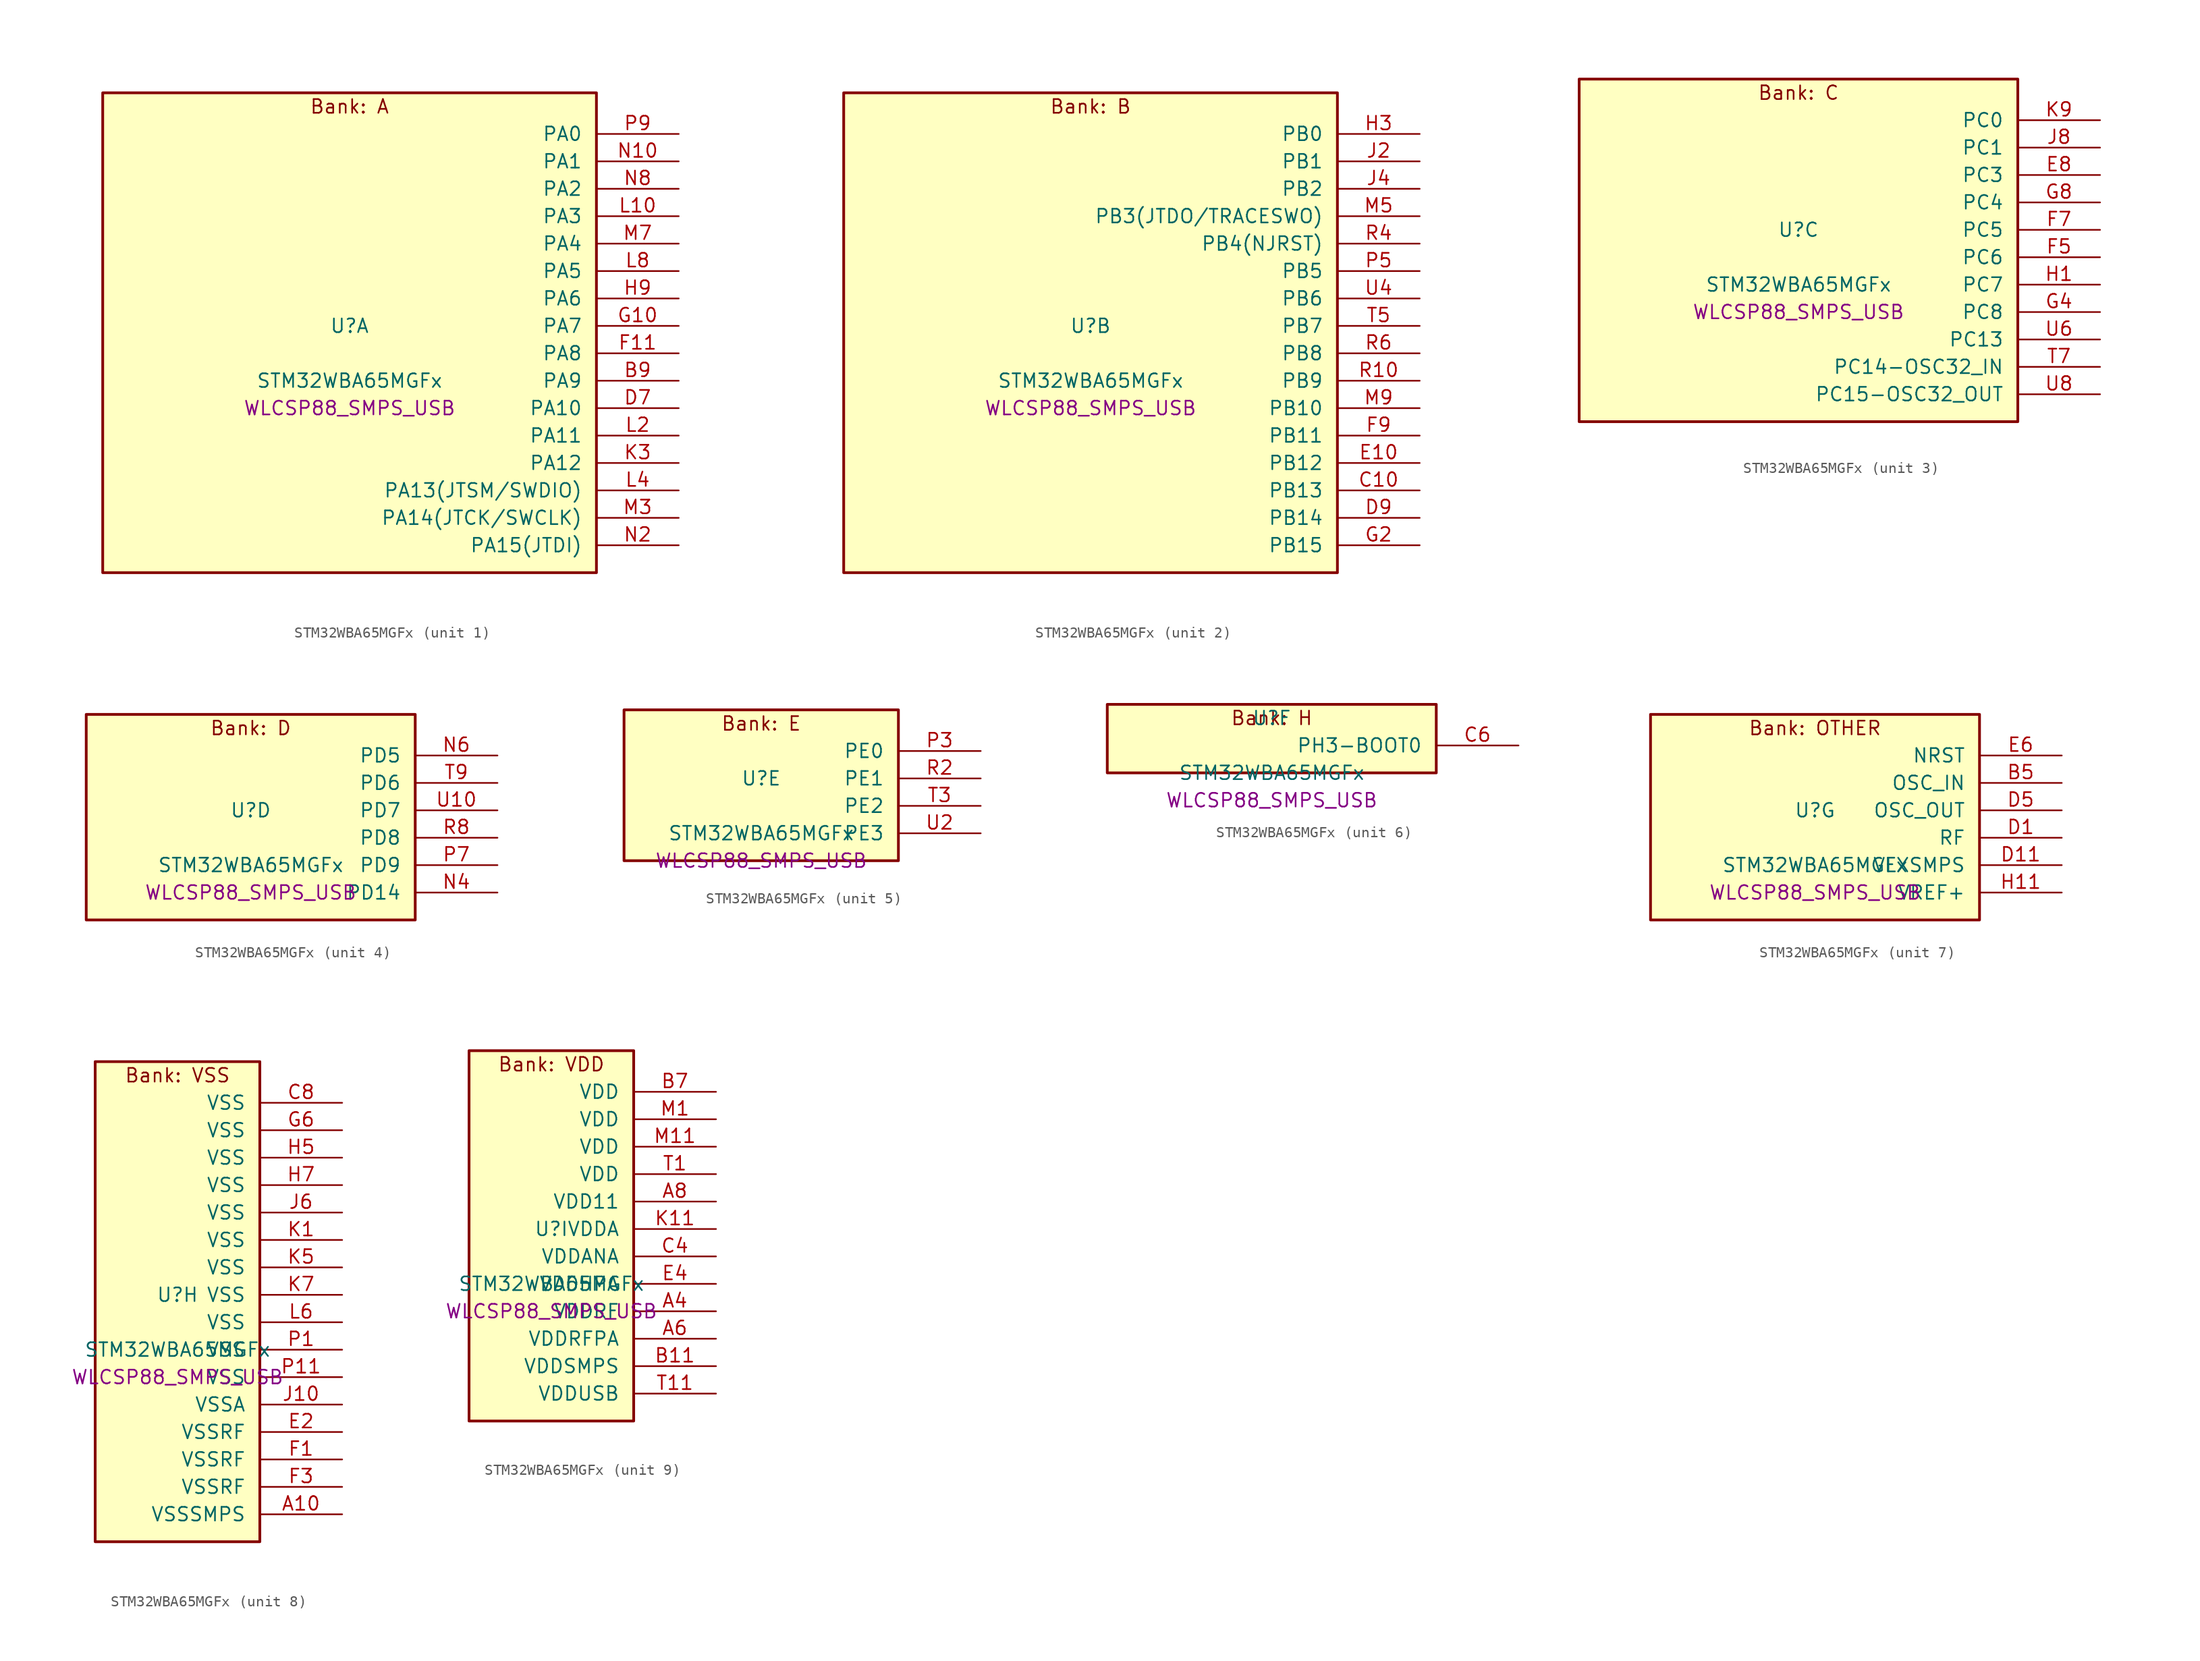
<source format=kicad_sym>
(kicad_symbol_lib
  (version 20241209)
  (generator "stm32_pkl_generator")
  (generator_version "1.0")
  (symbol "STM32WBA65MGFx"
    (pin_names
      (offset 1.27))
    (property "Reference" "U"
      (at 0 2.54 0))
    (property "Value" "STM32WBA65MGFx"
      (at 0 -2.54 0))
    (property "Footprint" "WLCSP88_SMPS_USB"
      (at 0 -5.08 0))
    (symbol "STM32WBA65MGFx_1_1"
      (rectangle (start -22.86 24.13) (end 22.86 -20.32) (stroke (width 0.254) (type solid)) (fill (type background)))
      (text "Bank: A" (at 0 22.86 0))
      (pin bidirectional line (at 30.48 20.32 180) (length 7.62) (name "PA0") (number "P9") (alternate "PA0/ADC4_IN9" bidirectional line) (alternate "PA0/COMP2_INP" bidirectional line) (alternate "PA0/LPTIM1_IN1" bidirectional line) (alternate "PA0/LPUART1_CTS" bidirectional line) (alternate "PA0/PWR_WKUP1" bidirectional line) (alternate "PA0/SPI3_SCK" bidirectional line) (alternate "PA0/TIM1_CH2N" bidirectional line) (alternate "PA0/TIM3_CH3" bidirectional line) (alternate "PA0/TIM3_ETR" bidirectional line) (alternate "PA0/TSC_G2_IO2" bidirectional line))
      (pin bidirectional line (at 30.48 17.78 180) (length 7.62) (name "PA1") (number "N10") (alternate "PA1/ADC4_IN8" bidirectional line) (alternate "PA1/COMP1_INM" bidirectional line) (alternate "PA1/LPTIM2_CH2" bidirectional line) (alternate "PA1/LPUART1_RX" bidirectional line) (alternate "PA1/PWR_WKUP3" bidirectional line) (alternate "PA1/SAI1_CK1" bidirectional line) (alternate "PA1/SPI1_RDY" bidirectional line) (alternate "PA1/SPI3_MISO" bidirectional line) (alternate "PA1/TIM17_CH1" bidirectional line) (alternate "PA1/TIM1_CH1N" bidirectional line) (alternate "PA1/TIM3_CH2" bidirectional line) (alternate "PA1/TSC_G2_IO1" bidirectional line) (alternate "PA1/USART1_CK" bidirectional line))
      (pin bidirectional line (at 30.48 15.24 180) (length 7.62) (name "PA2") (number "N8") (alternate "PA2/ADC4_IN7" bidirectional line) (alternate "PA2/COMP1_INP" bidirectional line) (alternate "PA2/LPUART1_TX" bidirectional line) (alternate "PA2/PWR_WKUP4" bidirectional line) (alternate "PA2/RCC_LSCO" bidirectional line) (alternate "PA2/SAI1_D1" bidirectional line) (alternate "PA2/TIM16_CH1" bidirectional line) (alternate "PA2/TIM1_BKIN" bidirectional line) (alternate "PA2/TIM3_CH1" bidirectional line) (alternate "PA2/TSC_G4_IO4" bidirectional line) (alternate "PA2/USART1_DE" bidirectional line) (alternate "PA2/USART1_RTS" bidirectional line))
      (pin bidirectional line (at 30.48 12.7 180) (length 7.62) (name "PA3") (number "L10") (alternate "PA3/ADC4_IN6" bidirectional line) (alternate "PA3/PWR_WKUP5" bidirectional line) (alternate "PA3/TIM16_CH1N" bidirectional line) (alternate "PA3/TSC_G4_IO2" bidirectional line) (alternate "PA3/USART1_DE" bidirectional line) (alternate "PA3/USART1_RTS" bidirectional line))
      (pin bidirectional line (at 30.48 10.16 180) (length 7.62) (name "PA4") (number "M7") (alternate "PA4/ADC4_IN5" bidirectional line) (alternate "PA4/AUDIOCLK" bidirectional line) (alternate "PA4/PWR_WKUP2" bidirectional line) (alternate "PA4/TAMP_IN6" bidirectional line) (alternate "PA4/TAMP_OUT3" bidirectional line) (alternate "PA4/TIM16_CH1" bidirectional line) (alternate "PA4/TSC_G4_IO1" bidirectional line) (alternate "PA4/USART1_CTS" bidirectional line))
      (pin bidirectional line (at 30.48 7.62 180) (length 7.62) (name "PA5") (number "L8") (alternate "PA5/ADC4_IN4" bidirectional line) (alternate "PA5/AUDIOCLK" bidirectional line) (alternate "PA5/LPTIM2_ETR" bidirectional line) (alternate "PA5/PWR_CSLEEP" bidirectional line) (alternate "PA5/PWR_WKUP6" bidirectional line) (alternate "PA5/SAI1_D2" bidirectional line) (alternate "PA5/SPI3_NSS" bidirectional line) (alternate "PA5/TIM2_CH1" bidirectional line) (alternate "PA5/TIM2_ETR" bidirectional line) (alternate "PA5/TSC_G1_IO4" bidirectional line) (alternate "PA5/USART1_CK" bidirectional line) (alternate "PA5/USART3_RX" bidirectional line))
      (pin bidirectional line (at 30.48 5.08 180) (length 7.62) (name "PA6") (number "H9") (alternate "PA6/ADC4_IN3" bidirectional line) (alternate "PA6/I2C3_SCL" bidirectional line) (alternate "PA6/PWR_CSTOP" bidirectional line) (alternate "PA6/PWR_WKUP7" bidirectional line) (alternate "PA6/SAI1_CK2" bidirectional line) (alternate "PA6/SAI1_MCLK_A" bidirectional line) (alternate "PA6/SPI3_RDY" bidirectional line) (alternate "PA6/TIM2_CH4" bidirectional line) (alternate "PA6/TSC_G1_IO3" bidirectional line) (alternate "PA6/USART1_DE" bidirectional line) (alternate "PA6/USART1_RTS" bidirectional line) (alternate "PA6/USART3_CTS" bidirectional line))
      (pin bidirectional line (at 30.48 2.54 180) (length 7.62) (name "PA7") (number "G10") (alternate "PA7/ADC4_IN2" bidirectional line) (alternate "PA7/COMP1_OUT" bidirectional line) (alternate "PA7/I2C3_SDA" bidirectional line) (alternate "PA7/PWR_WKUP8" bidirectional line) (alternate "PA7/SAI1_SCK_A" bidirectional line) (alternate "PA7/SPI3_SCK" bidirectional line) (alternate "PA7/TAMP_IN1" bidirectional line) (alternate "PA7/TAMP_OUT2" bidirectional line) (alternate "PA7/TIM2_CH3" bidirectional line) (alternate "PA7/TSC_G1_IO2" bidirectional line) (alternate "PA7/USART1_CTS" bidirectional line) (alternate "PA7/USART3_TX" bidirectional line))
      (pin bidirectional line (at 30.48 0 180) (length 7.62) (name "PA8") (number "F11") (alternate "PA8/ADC4_IN1" bidirectional line) (alternate "PA8/LPTIM1_CH2" bidirectional line) (alternate "PA8/RCC_MCO" bidirectional line) (alternate "PA8/SAI1_FS_A" bidirectional line) (alternate "PA8/SPI3_RDY" bidirectional line) (alternate "PA8/TIM2_CH2" bidirectional line) (alternate "PA8/TSC_G1_IO1" bidirectional line) (alternate "PA8/USART1_RX" bidirectional line) (alternate "PA8/USB_OTG_HS_SOF" bidirectional line))
      (pin bidirectional line (at 30.48 -2.54 180) (length 7.62) (name "PA9") (number "B9") (alternate "PA9/LPUART1_DE" bidirectional line) (alternate "PA9/LPUART1_RTS" bidirectional line) (alternate "PA9/SAI1_CK1" bidirectional line) (alternate "PA9/SPI2_MISO" bidirectional line) (alternate "PA9/SPI2_SCK" bidirectional line) (alternate "PA9/TIM3_CH2" bidirectional line))
      (pin bidirectional line (at 30.48 -5.08 180) (length 7.62) (name "PA10") (number "D7") (alternate "PA10/LPUART1_RX" bidirectional line) (alternate "PA10/SAI1_D1" bidirectional line) (alternate "PA10/SPI2_NSS" bidirectional line) (alternate "PA10/TIM3_CH1" bidirectional line))
      (pin bidirectional line (at 30.48 -7.62 180) (length 7.62) (name "PA11") (number "L2") (alternate "PA11/LPTIM2_CH1" bidirectional line) (alternate "PA11/RF_ANTSW1" bidirectional line) (alternate "PA11/TIM1_CH1" bidirectional line) (alternate "PA11/USART2_RX" bidirectional line))
      (pin bidirectional line (at 30.48 -10.16 180) (length 7.62) (name "PA12") (number "K3") (alternate "PA12/COMP2_OUT" bidirectional line) (alternate "PA12/PTA_STATUS" bidirectional line) (alternate "PA12/PWR_WKUP6" bidirectional line) (alternate "PA12/RF_ANTSW0" bidirectional line) (alternate "PA12/SPI1_NSS" bidirectional line) (alternate "PA12/TIM1_CH2" bidirectional line) (alternate "PA12/TSC_G3_IO4" bidirectional line) (alternate "PA12/USART2_TX" bidirectional line))
      (pin bidirectional line (at 30.48 -12.7 180) (length 7.62) (name "PA13(JTSM/SWDIO)") (number "L4") (alternate "PA13(JTSM/SWDIO)/DEBUG_JTMS-SWDIO" bidirectional line) (alternate "PA13(JTSM/SWDIO)/IR_OUT" bidirectional line) (alternate "PA13(JTSM/SWDIO)/PTA_PRIORITY" bidirectional line))
      (pin bidirectional line (at 30.48 -15.24 180) (length 7.62) (name "PA14(JTCK/SWCLK)") (number "M3") (alternate "PA14(JTCK/SWCLK)/COMP2_OUT" bidirectional line) (alternate "PA14(JTCK/SWCLK)/DEBUG_JTCK-SWCLK" bidirectional line) (alternate "PA14(JTCK/SWCLK)/I2C4_SMBA" bidirectional line) (alternate "PA14(JTCK/SWCLK)/PTA_STATUS" bidirectional line) (alternate "PA14(JTCK/SWCLK)/TAMP_IN3" bidirectional line) (alternate "PA14(JTCK/SWCLK)/TAMP_OUT6" bidirectional line) (alternate "PA14(JTCK/SWCLK)/USART2_TX" bidirectional line) (alternate "PA14(JTCK/SWCLK)/USB_OTG_HS_SOF" bidirectional line))
      (pin bidirectional line (at 30.48 -17.78 180) (length 7.62) (name "PA15(JTDI)") (number "N2") (alternate "PA15(JTDI)/ADC4_EXTI15" bidirectional line) (alternate "PA15(JTDI)/DEBUG_JTDI" bidirectional line) (alternate "PA15(JTDI)/I2C1_SCL" bidirectional line) (alternate "PA15(JTDI)/LPTIM1_CH2" bidirectional line) (alternate "PA15(JTDI)/PTA_STATUS" bidirectional line) (alternate "PA15(JTDI)/SPI1_MOSI" bidirectional line) (alternate "PA15(JTDI)/TIM17_BKIN" bidirectional line) (alternate "PA15(JTDI)/TIM1_ETR" bidirectional line) (alternate "PA15(JTDI)/TSC_G3_IO3" bidirectional line) (alternate "PA15(JTDI)/USART2_DE" bidirectional line) (alternate "PA15(JTDI)/USART2_RTS" bidirectional line) (alternate "PA15(JTDI)/USART3_DE" bidirectional line) (alternate "PA15(JTDI)/USART3_RTS" bidirectional line)))
    (symbol "STM32WBA65MGFx_2_1"
      (rectangle (start -22.86 24.13) (end 22.86 -20.32) (stroke (width 0.254) (type solid)) (fill (type background)))
      (text "Bank: B" (at 0 22.86 0))
      (pin bidirectional line (at 30.48 20.32 180) (length 7.62) (name "PB0") (number "H3") (alternate "PB0/LPTIM2_IN2" bidirectional line) (alternate "PB0/SPI2_MOSI" bidirectional line) (alternate "PB0/TIM1_CH3N" bidirectional line) (alternate "PB0/USART2_TX" bidirectional line) (alternate "PB0/USART3_CK" bidirectional line))
      (pin bidirectional line (at 30.48 17.78 180) (length 7.62) (name "PB1") (number "J2") (alternate "PB1/I2C1_SDA" bidirectional line) (alternate "PB1/I2C3_SDA" bidirectional line) (alternate "PB1/PWR_WKUP4" bidirectional line) (alternate "PB1/TIM1_CH2N" bidirectional line) (alternate "PB1/USART2_DE" bidirectional line) (alternate "PB1/USART2_RTS" bidirectional line) (alternate "PB1/USART3_DE" bidirectional line) (alternate "PB1/USART3_RTS" bidirectional line))
      (pin bidirectional line (at 30.48 15.24 180) (length 7.62) (name "PB2") (number "J4") (alternate "PB2/I2C1_SCL" bidirectional line) (alternate "PB2/I2C3_SCL" bidirectional line) (alternate "PB2/PWR_WKUP1" bidirectional line) (alternate "PB2/RF_ANTSW2" bidirectional line) (alternate "PB2/RTC_OUT2" bidirectional line) (alternate "PB2/TIM1_CH1N" bidirectional line) (alternate "PB2/USART2_CTS" bidirectional line))
      (pin bidirectional line (at 30.48 12.7 180) (length 7.62) (name "PB3(JTDO/TRACESWO)") (number "M5") (alternate "PB3(JTDO/TRACESWO)/DEBUG_JTDO-SWO" bidirectional line) (alternate "PB3(JTDO/TRACESWO)/I2C1_SDA" bidirectional line) (alternate "PB3(JTDO/TRACESWO)/LPTIM1_IN2" bidirectional line) (alternate "PB3(JTDO/TRACESWO)/PTA_ACTIVE" bidirectional line) (alternate "PB3(JTDO/TRACESWO)/SPI1_MISO" bidirectional line) (alternate "PB3(JTDO/TRACESWO)/TIM17_CH1N" bidirectional line) (alternate "PB3(JTDO/TRACESWO)/TIM1_CH4" bidirectional line) (alternate "PB3(JTDO/TRACESWO)/TSC_G3_IO2" bidirectional line) (alternate "PB3(JTDO/TRACESWO)/USART2_CK" bidirectional line))
      (pin bidirectional line (at 30.48 10.16 180) (length 7.62) (name "PB4(NJRST)") (number "R4") (alternate "PB4(NJRST)/DEBUG_NJTRST" bidirectional line) (alternate "PB4(NJRST)/LPTIM2_IN2" bidirectional line) (alternate "PB4(NJRST)/PTA_ACTIVE" bidirectional line) (alternate "PB4(NJRST)/PTA_PRIORITY" bidirectional line) (alternate "PB4(NJRST)/SAI1_MCLK_B" bidirectional line) (alternate "PB4(NJRST)/SPI1_SCK" bidirectional line) (alternate "PB4(NJRST)/TIM17_CH1" bidirectional line) (alternate "PB4(NJRST)/TIM1_CH3" bidirectional line) (alternate "PB4(NJRST)/TSC_G3_IO1" bidirectional line) (alternate "PB4(NJRST)/USART2_RX" bidirectional line))
      (pin bidirectional line (at 30.48 7.62 180) (length 7.62) (name "PB5") (number "P5") (alternate "PB5/LPUART1_TX" bidirectional line) (alternate "PB5/SAI1_D2" bidirectional line) (alternate "PB5/SAI1_FS_B" bidirectional line) (alternate "PB5/TIM3_CH1" bidirectional line) (alternate "PB5/TSC_G5_IO4" bidirectional line))
      (pin bidirectional line (at 30.48 5.08 180) (length 7.62) (name "PB6") (number "U4") (alternate "PB6/PWR_WKUP3" bidirectional line) (alternate "PB6/SAI1_SCK_B" bidirectional line) (alternate "PB6/TIM2_CH1" bidirectional line) (alternate "PB6/TIM2_ETR" bidirectional line) (alternate "PB6/TIM4_CH1" bidirectional line) (alternate "PB6/TSC_G5_IO3" bidirectional line))
      (pin bidirectional line (at 30.48 2.54 180) (length 7.62) (name "PB7") (number "T5") (alternate "PB7/PWR_WKUP5" bidirectional line) (alternate "PB7/SAI1_SD_B" bidirectional line) (alternate "PB7/TAMP_IN5" bidirectional line) (alternate "PB7/TAMP_OUT4" bidirectional line) (alternate "PB7/TIM1_CH4N" bidirectional line) (alternate "PB7/TIM4_CH2" bidirectional line) (alternate "PB7/TSC_G5_IO2" bidirectional line))
      (pin bidirectional line (at 30.48 0 180) (length 7.62) (name "PB8") (number "R6") (alternate "PB8/COMP1_OUT" bidirectional line) (alternate "PB8/LPTIM1_ETR" bidirectional line) (alternate "PB8/PWR_PVD_IN" bidirectional line) (alternate "PB8/SPI3_MOSI" bidirectional line) (alternate "PB8/TIM16_CH1N" bidirectional line) (alternate "PB8/TIM1_CH1" bidirectional line) (alternate "PB8/TIM3_ETR" bidirectional line) (alternate "PB8/TIM4_CH3" bidirectional line) (alternate "PB8/TSC_G2_IO4" bidirectional line) (alternate "PB8/USART2_RX" bidirectional line))
      (pin bidirectional line (at 30.48 -2.54 180) (length 7.62) (name "PB9") (number "R10") (alternate "PB9/ADC4_IN10" bidirectional line) (alternate "PB9/COMP2_INM" bidirectional line) (alternate "PB9/IR_OUT" bidirectional line) (alternate "PB9/LPTIM2_IN1" bidirectional line) (alternate "PB9/LPUART1_DE" bidirectional line) (alternate "PB9/LPUART1_RTS" bidirectional line) (alternate "PB9/PWR_WKUP8" bidirectional line) (alternate "PB9/SPI2_NSS" bidirectional line) (alternate "PB9/SPI3_MISO" bidirectional line) (alternate "PB9/TIM16_CH1" bidirectional line) (alternate "PB9/TIM1_CH3N" bidirectional line) (alternate "PB9/TIM3_CH4" bidirectional line) (alternate "PB9/TIM4_CH4" bidirectional line) (alternate "PB9/TSC_G2_IO3" bidirectional line))
      (pin bidirectional line (at 30.48 -5.08 180) (length 7.62) (name "PB10") (number "M9") (alternate "PB10/I2C2_SCL" bidirectional line) (alternate "PB10/I2C4_SCL" bidirectional line) (alternate "PB10/SPI2_SCK" bidirectional line) (alternate "PB10/TIM16_BKIN" bidirectional line) (alternate "PB10/TSC_G4_IO3" bidirectional line) (alternate "PB10/USART1_CK" bidirectional line) (alternate "PB10/USART3_TX" bidirectional line))
      (pin bidirectional line (at 30.48 -7.62 180) (length 7.62) (name "PB11") (number "F9") (alternate "PB11/I2C2_SDA" bidirectional line) (alternate "PB11/I2C4_SDA" bidirectional line) (alternate "PB11/LPTIM1_CH1" bidirectional line) (alternate "PB11/LPTIM1_ETR" bidirectional line) (alternate "PB11/LPUART1_TX" bidirectional line) (alternate "PB11/SPI2_RDY" bidirectional line) (alternate "PB11/USART3_RX" bidirectional line))
      (pin bidirectional line (at 30.48 -10.16 180) (length 7.62) (name "PB12") (number "E10") (alternate "PB12/I2C2_SMBA" bidirectional line) (alternate "PB12/SAI1_SD_A" bidirectional line) (alternate "PB12/SPI1_RDY" bidirectional line) (alternate "PB12/SPI2_NSS" bidirectional line) (alternate "PB12/TIM2_CH1" bidirectional line) (alternate "PB12/TIM2_ETR" bidirectional line) (alternate "PB12/TIM3_ETR" bidirectional line) (alternate "PB12/TSC_SYNC" bidirectional line) (alternate "PB12/USART1_TX" bidirectional line) (alternate "PB12/USART3_CK" bidirectional line))
      (pin bidirectional line (at 30.48 -12.7 180) (length 7.62) (name "PB13") (number "C10") (alternate "PB13/I2C2_SCL" bidirectional line) (alternate "PB13/SPI2_SCK" bidirectional line) (alternate "PB13/TIM3_CH4" bidirectional line) (alternate "PB13/TSC_G6_IO2" bidirectional line) (alternate "PB13/USART3_CTS" bidirectional line))
      (pin bidirectional line (at 30.48 -15.24 180) (length 7.62) (name "PB14") (number "D9") (alternate "PB14/I2C2_SDA" bidirectional line) (alternate "PB14/PWR_WKUP7" bidirectional line) (alternate "PB14/RTC_REFIN" bidirectional line) (alternate "PB14/SAI1_SD_A" bidirectional line) (alternate "PB14/SPI2_MISO" bidirectional line) (alternate "PB14/TIM3_CH3" bidirectional line) (alternate "PB14/TSC_G6_IO1" bidirectional line) (alternate "PB14/USART1_TX" bidirectional line) (alternate "PB14/USART3_DE" bidirectional line) (alternate "PB14/USART3_RTS" bidirectional line))
      (pin bidirectional line (at 30.48 -17.78 180) (length 7.62) (name "PB15") (number "G2") (alternate "PB15/ADC4_EXTI15" bidirectional line) (alternate "PB15/I2C1_SMBA" bidirectional line) (alternate "PB15/I2C3_SMBA" bidirectional line) (alternate "PB15/LPUART1_CTS" bidirectional line) (alternate "PB15/PTA_GRANT" bidirectional line) (alternate "PB15/RF_EXTPABYP" bidirectional line) (alternate "PB15/TIM16_BKIN" bidirectional line) (alternate "PB15/TIM1_BKIN2" bidirectional line) (alternate "PB15/USART2_CTS" bidirectional line)))
    (symbol "STM32WBA65MGFx_3_1"
      (rectangle (start -20.32 16.51) (end 20.32 -15.24) (stroke (width 0.254) (type solid)) (fill (type background)))
      (text "Bank: C" (at 0 15.24 0))
      (pin bidirectional line (at 27.94 12.7 180) (length 7.62) (name "PC0") (number "K9") (alternate "PC0/I2C3_SCL" bidirectional line) (alternate "PC0/LPTIM1_IN1" bidirectional line) (alternate "PC0/LPTIM2_IN1" bidirectional line) (alternate "PC0/LPUART1_RX" bidirectional line) (alternate "PC0/SPI2_RDY" bidirectional line))
      (pin bidirectional line (at 27.94 10.16 180) (length 7.62) (name "PC1") (number "J8") (alternate "PC1/I2C3_SDA" bidirectional line) (alternate "PC1/LPTIM1_CH1" bidirectional line) (alternate "PC1/LPUART1_TX" bidirectional line) (alternate "PC1/SAI1_SD_A" bidirectional line) (alternate "PC1/SPI2_MOSI" bidirectional line))
      (pin bidirectional line (at 27.94 7.62 180) (length 7.62) (name "PC3") (number "E8") (alternate "PC3/LPTIM1_ETR" bidirectional line) (alternate "PC3/LPTIM2_ETR" bidirectional line) (alternate "PC3/SAI1_D1" bidirectional line) (alternate "PC3/SAI1_SD_A" bidirectional line) (alternate "PC3/SPI2_MOSI" bidirectional line) (alternate "PC3/SPI3_MOSI" bidirectional line) (alternate "PC3/TIM3_CH1" bidirectional line))
      (pin bidirectional line (at 27.94 5.08 180) (length 7.62) (name "PC4") (number "G8") (alternate "PC4/LPTIM2_CH2" bidirectional line) (alternate "PC4/SAI1_D2" bidirectional line) (alternate "PC4/SAI1_FS_A" bidirectional line) (alternate "PC4/SPI3_MISO" bidirectional line) (alternate "PC4/TIM3_CH2" bidirectional line) (alternate "PC4/USART3_TX" bidirectional line))
      (pin bidirectional line (at 27.94 2.54 180) (length 7.62) (name "PC5") (number "F7") (alternate "PC5/SAI1_D3" bidirectional line) (alternate "PC5/SAI1_SD_B" bidirectional line) (alternate "PC5/TIM1_CH4N" bidirectional line) (alternate "PC5/USART3_RX" bidirectional line))
      (pin bidirectional line (at 27.94 0 180) (length 7.62) (name "PC6") (number "F5") (alternate "PC6/PWR_CSLEEP" bidirectional line) (alternate "PC6/TIM3_CH1" bidirectional line))
      (pin bidirectional line (at 27.94 -2.54 180) (length 7.62) (name "PC7") (number "H1") (alternate "PC7/LPTIM2_CH2" bidirectional line) (alternate "PC7/PWR_CSTOP" bidirectional line) (alternate "PC7/TIM3_CH2" bidirectional line) (alternate "PC7/USART2_DE" bidirectional line) (alternate "PC7/USART2_RTS" bidirectional line))
      (pin bidirectional line (at 27.94 -5.08 180) (length 7.62) (name "PC8") (number "G4") (alternate "PC8/TIM3_CH3" bidirectional line) (alternate "PC8/USART2_RX" bidirectional line))
      (pin bidirectional line (at 27.94 -7.62 180) (length 7.62) (name "PC13") (number "U6") (alternate "PC13/PWR_WKUP2" bidirectional line) (alternate "PC13/RTC_OUT1" bidirectional line) (alternate "PC13/RTC_TS" bidirectional line) (alternate "PC13/TAMP_IN4" bidirectional line) (alternate "PC13/TAMP_OUT5" bidirectional line) (alternate "PC13/TIM1_BKIN2" bidirectional line) (alternate "PC13/TSC_G5_IO1" bidirectional line))
      (pin bidirectional line (at 27.94 -10.16 180) (length 7.62) (name "PC14-OSC32_IN") (number "T7") (alternate "PC14-OSC32_IN/RCC_OSC32_IN" bidirectional line))
      (pin bidirectional line (at 27.94 -12.7 180) (length 7.62) (name "PC15-OSC32_OUT") (number "U8") (alternate "PC15-OSC32_OUT/ADC4_EXTI15" bidirectional line) (alternate "PC15-OSC32_OUT/RCC_OSC32_OUT" bidirectional line)))
    (symbol "STM32WBA65MGFx_4_1"
      (rectangle (start -15.24 11.43) (end 15.24 -7.62) (stroke (width 0.254) (type solid)) (fill (type background)))
      (text "Bank: D" (at 0 10.16 0))
      (pin bidirectional line (at 22.86 7.62 180) (length 7.62) (name "PD5") (number "N6") (alternate "PD5/SAI1_D1" bidirectional line) (alternate "PD5/SAI1_SD_A" bidirectional line) (alternate "PD5/SPI3_MOSI" bidirectional line) (alternate "PD5/USART2_RX" bidirectional line))
      (pin bidirectional line (at 22.86 5.08 180) (length 7.62) (name "PD6") (number "T9") (alternate "PD6/USB_OTG_HS_DP" bidirectional line))
      (pin bidirectional line (at 22.86 2.54 180) (length 7.62) (name "PD7") (number "U10") (alternate "PD7/USB_OTG_HS_DM" bidirectional line))
      (pin bidirectional line (at 22.86 0 180) (length 7.62) (name "PD8") (number "R8") (alternate "PD8/USART2_CK" bidirectional line) (alternate "PD8/USB_OTG_HS_ID" bidirectional line))
      (pin bidirectional line (at 22.86 -2.54 180) (length 7.62) (name "PD9") (number "P7") (alternate "PD9/USART2_TX" bidirectional line) (alternate "PD9/USART3_TX" bidirectional line) (alternate "PD9/USB_OTG_HS_VBUS" bidirectional line))
      (pin bidirectional line (at 22.86 -5.08 180) (length 7.62) (name "PD14") (number "N4") (alternate "PD14/DEBUG_TRACED3" bidirectional line) (alternate "PD14/TIM4_CH3" bidirectional line)))
    (symbol "STM32WBA65MGFx_5_1"
      (rectangle (start -12.7 8.89) (end 12.7 -5.08) (stroke (width 0.254) (type solid)) (fill (type background)))
      (text "Bank: E" (at 0 7.62 0))
      (pin bidirectional line (at 20.32 5.08 180) (length 7.62) (name "PE0") (number "P3") (alternate "PE0/DEBUG_TRACECLK" bidirectional line) (alternate "PE0/TIM16_CH1" bidirectional line) (alternate "PE0/TIM4_ETR" bidirectional line) (alternate "PE0/TSC_G7_IO4" bidirectional line))
      (pin bidirectional line (at 20.32 2.54 180) (length 7.62) (name "PE1") (number "R2") (alternate "PE1/DEBUG_TRACED0" bidirectional line) (alternate "PE1/TIM17_CH1" bidirectional line) (alternate "PE1/TSC_G7_IO3" bidirectional line))
      (pin bidirectional line (at 20.32 0 180) (length 7.62) (name "PE2") (number "T3") (alternate "PE2/DEBUG_TRACED1" bidirectional line) (alternate "PE2/SAI1_CK1" bidirectional line) (alternate "PE2/SAI1_MCLK_A" bidirectional line) (alternate "PE2/TIM3_ETR" bidirectional line) (alternate "PE2/TSC_G7_IO2" bidirectional line))
      (pin bidirectional line (at 20.32 -2.54 180) (length 7.62) (name "PE3") (number "U2") (alternate "PE3/DEBUG_TRACED2" bidirectional line) (alternate "PE3/SAI1_SD_B" bidirectional line) (alternate "PE3/TIM3_CH1" bidirectional line) (alternate "PE3/TSC_G7_IO1" bidirectional line)))
    (symbol "STM32WBA65MGFx_6_1"
      (rectangle (start -15.24 3.81) (end 15.24 -2.54) (stroke (width 0.254) (type solid)) (fill (type background)))
      (text "Bank: H" (at 0 2.54 0))
      (pin bidirectional line (at 22.86 0 180) (length 7.62) (name "PH3-BOOT0") (number "C6") (alternate "PH3-BOOT0/PTA_GRANT" bidirectional line) (alternate "PH3-BOOT0/RF_EXTPABYP" bidirectional line) (alternate "PH3-BOOT0/TAMP_IN2" bidirectional line) (alternate "PH3-BOOT0/TAMP_OUT1" bidirectional line)))
    (symbol "STM32WBA65MGFx_7_1"
      (rectangle (start -15.24 11.43) (end 15.24 -7.62) (stroke (width 0.254) (type solid)) (fill (type background)))
      (text "Bank: OTHER" (at 0 10.16 0))
      (pin input line (at 22.86 7.62 180) (length 7.62) (name "NRST") (number "E6"))
      (pin bidirectional line (at 22.86 5.08 180) (length 7.62) (name "OSC_IN") (number "B5") (alternate "OSC_IN/RCC_OSC_IN" bidirectional line))
      (pin bidirectional line (at 22.86 2.54 180) (length 7.62) (name "OSC_OUT") (number "D5") (alternate "OSC_OUT/RCC_OSC_OUT" bidirectional line))
      (pin bidirectional line (at 22.86 0 180) (length 7.62) (name "RF") (number "D1"))
      (pin power_in line (at 22.86 -2.54 180) (length 7.62) (name "VLXSMPS") (number "D11"))
      (pin bidirectional line (at 22.86 -5.08 180) (length 7.62) (name "VREF+") (number "H11")))
    (symbol "STM32WBA65MGFx_8_1"
      (rectangle (start -7.62 24.13) (end 7.62 -20.32) (stroke (width 0.254) (type solid)) (fill (type background)))
      (text "Bank: VSS" (at 0 22.86 0))
      (pin power_in line (at 15.24 20.32 180) (length 7.62) (name "VSS") (number "C8"))
      (pin power_in line (at 15.24 17.78 180) (length 7.62) (name "VSS") (number "G6"))
      (pin power_in line (at 15.24 15.24 180) (length 7.62) (name "VSS") (number "H5"))
      (pin power_in line (at 15.24 12.7 180) (length 7.62) (name "VSS") (number "H7"))
      (pin power_in line (at 15.24 10.16 180) (length 7.62) (name "VSS") (number "J6"))
      (pin power_in line (at 15.24 7.62 180) (length 7.62) (name "VSS") (number "K1"))
      (pin power_in line (at 15.24 5.08 180) (length 7.62) (name "VSS") (number "K5"))
      (pin power_in line (at 15.24 2.54 180) (length 7.62) (name "VSS") (number "K7"))
      (pin power_in line (at 15.24 0 180) (length 7.62) (name "VSS") (number "L6"))
      (pin power_in line (at 15.24 -2.54 180) (length 7.62) (name "VSS") (number "P1"))
      (pin power_in line (at 15.24 -5.08 180) (length 7.62) (name "VSS") (number "P11"))
      (pin power_in line (at 15.24 -7.62 180) (length 7.62) (name "VSSA") (number "J10"))
      (pin power_in line (at 15.24 -10.16 180) (length 7.62) (name "VSSRF") (number "E2"))
      (pin power_in line (at 15.24 -12.7 180) (length 7.62) (name "VSSRF") (number "F1"))
      (pin power_in line (at 15.24 -15.24 180) (length 7.62) (name "VSSRF") (number "F3"))
      (pin power_in line (at 15.24 -17.78 180) (length 7.62) (name "VSSSMPS") (number "A10")))
    (symbol "STM32WBA65MGFx_9_1"
      (rectangle (start -7.62 19.05) (end 7.62 -15.24) (stroke (width 0.254) (type solid)) (fill (type background)))
      (text "Bank: VDD" (at 0 17.78 0))
      (pin power_in line (at 15.24 15.24 180) (length 7.62) (name "VDD") (number "B7"))
      (pin power_in line (at 15.24 12.7 180) (length 7.62) (name "VDD") (number "M1"))
      (pin power_in line (at 15.24 10.16 180) (length 7.62) (name "VDD") (number "M11"))
      (pin power_in line (at 15.24 7.62 180) (length 7.62) (name "VDD") (number "T1"))
      (pin power_in line (at 15.24 5.08 180) (length 7.62) (name "VDD11") (number "A8"))
      (pin power_in line (at 15.24 2.54 180) (length 7.62) (name "VDDA") (number "K11"))
      (pin power_in line (at 15.24 0 180) (length 7.62) (name "VDDANA") (number "C4"))
      (pin power_in line (at 15.24 -2.54 180) (length 7.62) (name "VDDHPA") (number "E4"))
      (pin power_in line (at 15.24 -5.08 180) (length 7.62) (name "VDDRF") (number "A4"))
      (pin power_in line (at 15.24 -7.62 180) (length 7.62) (name "VDDRFPA") (number "A6"))
      (pin power_in line (at 15.24 -10.16 180) (length 7.62) (name "VDDSMPS") (number "B11"))
      (pin power_in line (at 15.24 -12.7 180) (length 7.62) (name "VDDUSB") (number "T11")))))
</source>
